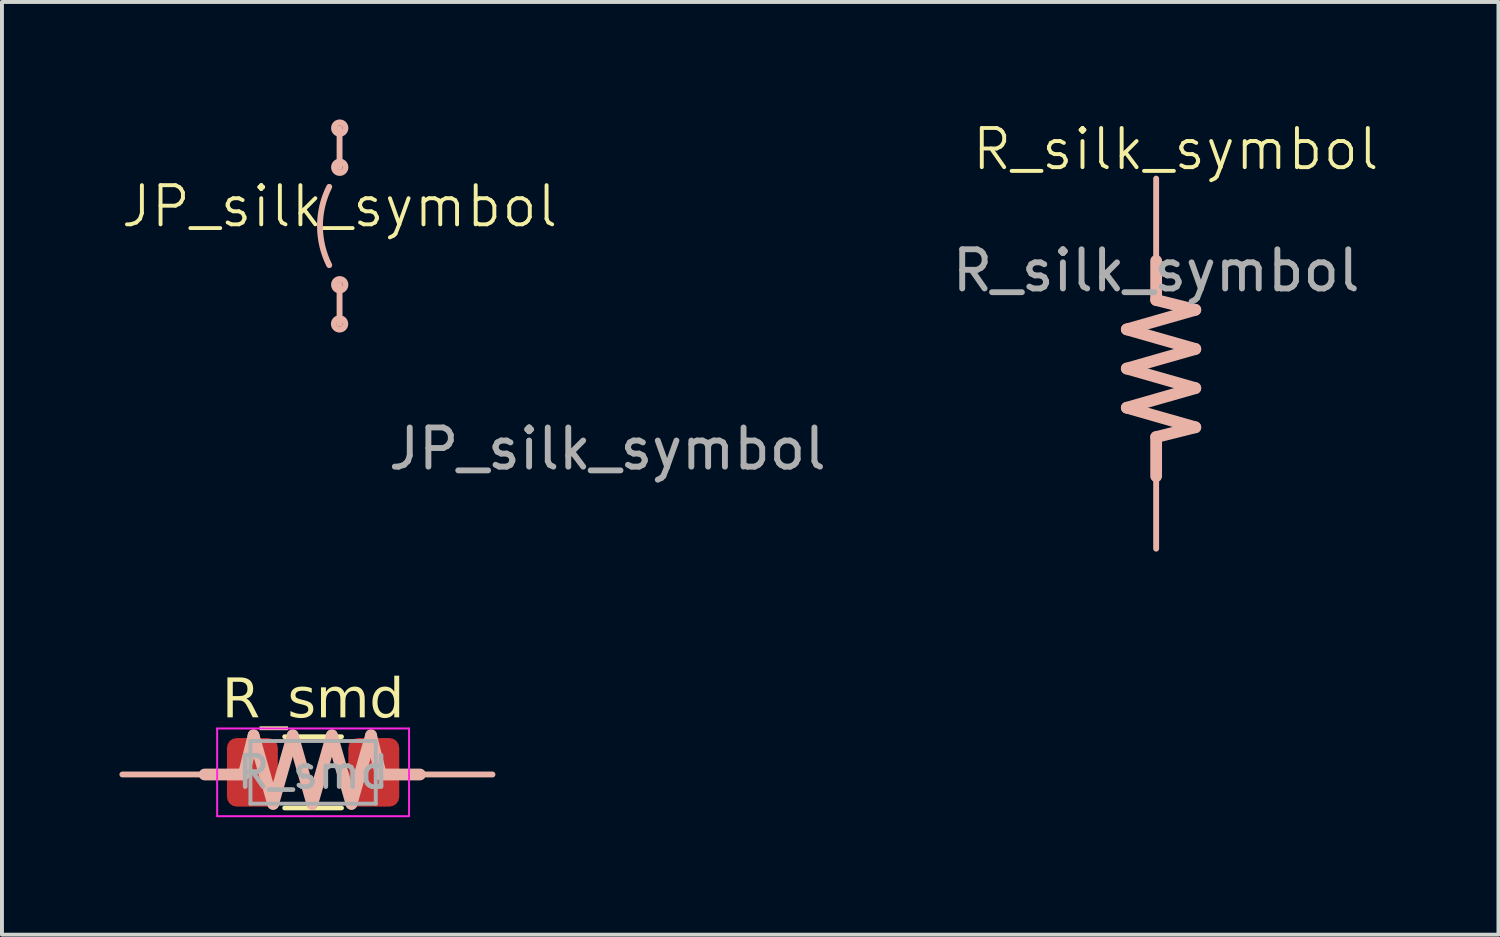
<source format=kicad_pcb>
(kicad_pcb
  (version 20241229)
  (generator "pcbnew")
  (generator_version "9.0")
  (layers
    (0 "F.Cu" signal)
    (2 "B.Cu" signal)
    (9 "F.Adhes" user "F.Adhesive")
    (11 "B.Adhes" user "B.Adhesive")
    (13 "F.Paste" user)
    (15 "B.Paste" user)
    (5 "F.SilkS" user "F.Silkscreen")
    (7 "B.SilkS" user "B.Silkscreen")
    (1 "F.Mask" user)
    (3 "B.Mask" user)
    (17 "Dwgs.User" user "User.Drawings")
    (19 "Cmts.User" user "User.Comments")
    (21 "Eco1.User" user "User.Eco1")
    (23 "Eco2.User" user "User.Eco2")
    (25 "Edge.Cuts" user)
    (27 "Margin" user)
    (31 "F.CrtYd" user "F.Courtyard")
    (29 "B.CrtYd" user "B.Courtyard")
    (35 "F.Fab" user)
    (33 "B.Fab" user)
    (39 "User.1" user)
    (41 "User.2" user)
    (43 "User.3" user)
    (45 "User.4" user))
  (footprint "R_smd"
    (layer "F.Cu")
    (at 4.945 16.672)
    (property "Reference" "R_smd" (at 0 -1.82 0) (layer "F.SilkS") (effects (font (face "Open Sans") (size 1 1) (thickness 0.15))))
    (attr smd)
    (fp_line (start -0.727 -0.91) (end 0.727 -0.91) (stroke (width 0.12) (type solid)) (layer "F.SilkS"))
    (fp_line (start -0.727 0.91) (end 0.727 0.91) (stroke (width 0.12) (type solid)) (layer "F.SilkS"))
    (fp_line (start -4.87 0.055) (end -1.77 0.055) (stroke (width 0.15) (type default)) (layer "B.SilkS"))
    (fp_line (start -1.77 0.055) (end -2.77 0.055) (stroke (width 0.3) (type default)) (layer "B.SilkS"))
    (fp_line (start -1.52 -0.945) (end -1.77 0.055) (stroke (width 0.3) (type default)) (layer "B.SilkS"))
    (fp_line (start -1.02 0.805) (end -1.52 -0.945) (stroke (width 0.3) (type default)) (layer "B.SilkS"))
    (fp_line (start -0.52 -0.945) (end -1.02 0.805) (stroke (width 0.3) (type default)) (layer "B.SilkS"))
    (fp_line (start -0.02 0.805) (end -0.52 -0.945) (stroke (width 0.3) (type default)) (layer "B.SilkS"))
    (fp_line (start 0.48 -0.945) (end -0.02 0.805) (stroke (width 0.3) (type default)) (layer "B.SilkS"))
    (fp_line (start 0.98 0.805) (end 0.48 -0.945) (stroke (width 0.3) (type default)) (layer "B.SilkS"))
    (fp_line (start 1.48 -0.945) (end 0.98 0.805) (stroke (width 0.3) (type default)) (layer "B.SilkS"))
    (fp_line (start 1.73 0.055) (end 1.48 -0.945) (stroke (width 0.3) (type default)) (layer "B.SilkS"))
    (fp_line (start 2.73 0.055) (end 1.73 0.055) (stroke (width 0.3) (type default)) (layer "B.SilkS"))
    (fp_line (start 4.58 0.055) (end 1.73 0.055) (stroke (width 0.15) (type default)) (layer "B.SilkS"))
    (fp_line (start -2.45 -1.12) (end 2.45 -1.12) (stroke (width 0.05) (type solid)) (layer "F.CrtYd"))
    (fp_line (start -2.45 1.12) (end -2.45 -1.12) (stroke (width 0.05) (type solid)) (layer "F.CrtYd"))
    (fp_line (start 2.45 -1.12) (end 2.45 1.12) (stroke (width 0.05) (type solid)) (layer "F.CrtYd"))
    (fp_line (start 2.45 1.12) (end -2.45 1.12) (stroke (width 0.05) (type solid)) (layer "F.CrtYd"))
    (fp_line (start -1.6 -0.8) (end 1.6 -0.8) (stroke (width 0.1) (type solid)) (layer "F.Fab"))
    (fp_line (start -1.6 0.8) (end -1.6 -0.8) (stroke (width 0.1) (type solid)) (layer "F.Fab"))
    (fp_line (start 1.6 -0.8) (end 1.6 0.8) (stroke (width 0.1) (type solid)) (layer "F.Fab"))
    (fp_line (start 1.6 0.8) (end -1.6 0.8) (stroke (width 0.1) (type solid)) (layer "F.Fab"))
    (fp_text user "${REFERENCE}" (at 0 0 0) (layer "F.Fab") (effects (font (size 0.8 0.8) (thickness 0.12))))
    (pad "1" smd roundrect (at -1.55 0) (size 1.3 1.75) (layers "F.Cu" "F.Mask" "F.Paste") (roundrect_rratio 0.192))
    (pad "2" smd roundrect (at 1.55 0) (size 1.3 1.75) (layers "F.Cu" "F.Mask" "F.Paste") (roundrect_rratio 0.192)))
  (footprint "JP_silk_symbol"
    (layer "F.Cu")
    (at 5.621 2.721)
    (property "Reference" "JP_silk_symbol" (at 0 -0.5 0) (unlocked yes) (layer "F.SilkS") (effects (font (size 1 1) (thickness 0.1))))
    (fp_line (start -0.000004 -1.5) (end -0.000004 -2.5) (stroke (width 0.15) (type default)) (layer "B.SilkS"))
    (fp_line (start -0.000004 1.5) (end -0.000004 2.5) (stroke (width 0.15) (type default)) (layer "B.SilkS"))
    (fp_arc (start -0.263936 1) (mid -0.5 0) (end -0.263936 -1) (stroke (width 0.15) (type default)) (layer "B.SilkS"))
    (fp_circle (center -0.000004 2.5) (end 0.125 2.575) (stroke (width 0.15) (type default)) (fill no) (layer "B.SilkS"))
    (fp_circle (center 0.004 -2.5) (end 0.129 -2.425) (stroke (width 0.15) (type default)) (fill no) (layer "B.SilkS"))
    (fp_circle (center 0.004 -1.5) (end 0.129 -1.425) (stroke (width 0.15) (type default)) (fill no) (layer "B.SilkS"))
    (fp_circle (center 0.004 1.5) (end 0.129 1.575) (stroke (width 0.15) (type default)) (fill no) (layer "B.SilkS"))
    (fp_text user "${REFERENCE}" (at 6.84 5.69 0) (unlocked yes) (layer "F.Fab") (effects (font (size 1 1) (thickness 0.15)))))
  (footprint "R_silk_symbol"
    (layer "F.Cu")
    (at 26.473 1.361)
    (property "Reference" "R_silk_symbol" (at 0.5 -0.6 0) (unlocked yes) (layer "F.SilkS") (effects (font (size 1 1) (thickness 0.1))))
    (attr smd)
    (fp_line (start -0.75 4) (end 1 3.5) (stroke (width 0.3) (type default)) (layer "B.SilkS"))
    (fp_line (start -0.75 5) (end 1 4.5) (stroke (width 0.3) (type default)) (layer "B.SilkS"))
    (fp_line (start -0.75 6) (end 1 5.5) (stroke (width 0.3) (type default)) (layer "B.SilkS"))
    (fp_line (start 0 0.15) (end 0 3.25) (stroke (width 0.15) (type default)) (layer "B.SilkS"))
    (fp_line (start 0 3.25) (end 0 2.25) (stroke (width 0.3) (type default)) (layer "B.SilkS"))
    (fp_line (start 0 6.75) (end 1 6.5) (stroke (width 0.3) (type default)) (layer "B.SilkS"))
    (fp_line (start 0 7.75) (end 0 6.75) (stroke (width 0.3) (type default)) (layer "B.SilkS"))
    (fp_line (start 0 9.6) (end 0 6.75) (stroke (width 0.15) (type default)) (layer "B.SilkS"))
    (fp_line (start 1 3.5) (end 0 3.25) (stroke (width 0.3) (type default)) (layer "B.SilkS"))
    (fp_line (start 1 4.5) (end -0.75 4) (stroke (width 0.3) (type default)) (layer "B.SilkS"))
    (fp_line (start 1 5.5) (end -0.75 5) (stroke (width 0.3) (type default)) (layer "B.SilkS"))
    (fp_line (start 1 6.5) (end -0.75 6) (stroke (width 0.3) (type default)) (layer "B.SilkS"))
    (fp_text user "${REFERENCE}" (at 0 2.5 0) (unlocked yes) (layer "F.Fab") (effects (font (size 1 1) (thickness 0.15)))))
  (gr_rect
    (start -3 -3)
    (end 35.214 20.817)
    (stroke (width 0.1) (type default))
    (fill no)
    (layer "Edge.Cuts")))
</source>
